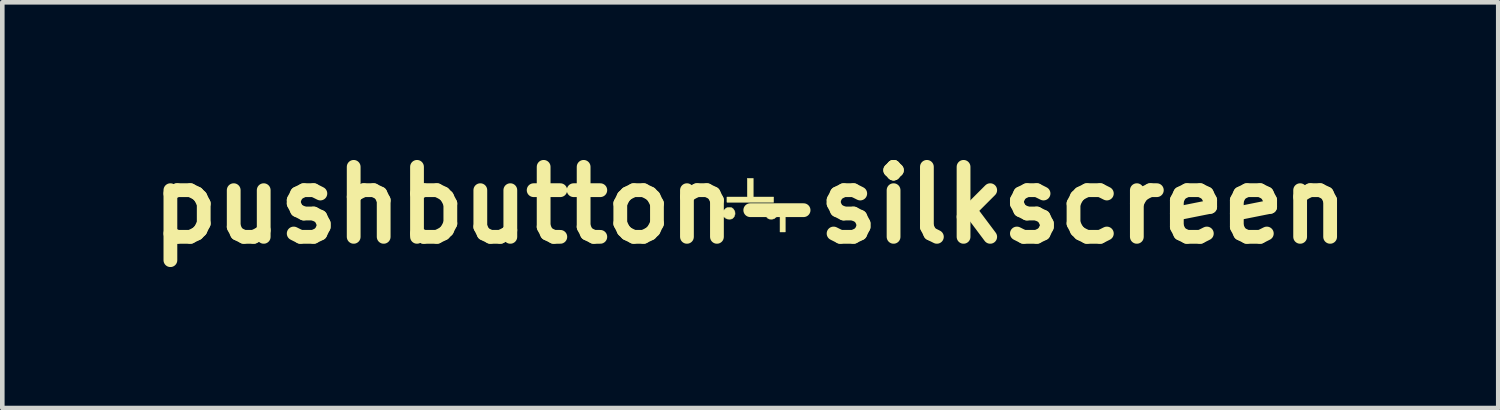
<source format=kicad_pcb>
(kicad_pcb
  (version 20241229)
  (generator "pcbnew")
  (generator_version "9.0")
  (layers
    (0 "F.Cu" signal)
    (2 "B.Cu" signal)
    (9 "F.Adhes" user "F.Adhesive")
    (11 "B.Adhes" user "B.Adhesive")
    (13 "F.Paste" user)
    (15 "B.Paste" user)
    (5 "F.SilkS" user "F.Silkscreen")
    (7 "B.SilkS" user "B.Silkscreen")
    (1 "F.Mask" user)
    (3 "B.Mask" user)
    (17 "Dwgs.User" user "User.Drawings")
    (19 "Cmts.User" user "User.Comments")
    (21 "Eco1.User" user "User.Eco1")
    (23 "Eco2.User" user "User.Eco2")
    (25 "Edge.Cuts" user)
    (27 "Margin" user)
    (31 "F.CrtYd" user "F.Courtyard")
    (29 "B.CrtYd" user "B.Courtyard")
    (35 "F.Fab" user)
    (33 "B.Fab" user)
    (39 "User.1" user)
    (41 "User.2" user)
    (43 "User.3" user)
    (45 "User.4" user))
  (footprint "pushbutton-silkscreen"
    (layer "F.Cu")
    (at 13.288 1.418)
    (property "Reference" "pushbutton-silkscreen" (at 0 0 0) (layer "F.SilkS") (effects (font (size 1.524 1.524) (thickness 0.3))))
    (attr through_hole)
    (fp_poly (pts (xy 0.064 -0.178) (xy 0.508 -0.178) (xy 0.508 -0.064) (xy -0.508 -0.064) (xy -0.508 -0.178) (xy -0.064 -0.178) (xy -0.064 -0.584) (xy 0.064 -0.584) (xy 0.064 -0.178)) (stroke (width 0.01) (type solid)) (fill yes) (layer "F.SilkS"))
    (fp_poly (pts (xy -0.416 0.053) (xy -0.39 0.064) (xy -0.365 0.087) (xy -0.363 0.09) (xy -0.335 0.141) (xy -0.331 0.195) (xy -0.35 0.248) (xy -0.363 0.266) (xy -0.388 0.291) (xy -0.415 0.302) (xy -0.455 0.305) (xy -0.456 0.305) (xy -0.499 0.301) (xy -0.529 0.289) (xy -0.546 0.273) (xy -0.582 0.248) (xy -0.612 0.241) (xy -0.648 0.241) (xy -0.648 0.584) (xy -0.762 0.584) (xy -0.762 0.127) (xy -0.672 0.127) (xy -0.624 0.126) (xy -0.594 0.122) (xy -0.574 0.113) (xy -0.556 0.095) (xy -0.551 0.089) (xy -0.526 0.065) (xy -0.5 0.054) (xy -0.46 0.051) (xy -0.457 0.051) (xy -0.416 0.053)) (stroke (width 0.01) (type solid)) (fill yes) (layer "F.SilkS"))
    (fp_poly (pts (xy 0.498 0.053) (xy 0.525 0.064) (xy 0.549 0.087) (xy 0.551 0.089) (xy 0.569 0.109) (xy 0.588 0.12) (xy 0.615 0.126) (xy 0.658 0.127) (xy 0.672 0.127) (xy 0.762 0.127) (xy 0.762 0.584) (xy 0.648 0.584) (xy 0.648 0.241) (xy 0.612 0.241) (xy 0.573 0.252) (xy 0.546 0.273) (xy 0.52 0.294) (xy 0.487 0.303) (xy 0.456 0.305) (xy 0.416 0.302) (xy 0.389 0.291) (xy 0.364 0.267) (xy 0.363 0.266) (xy 0.336 0.218) (xy 0.33 0.178) (xy 0.341 0.125) (xy 0.363 0.09) (xy 0.388 0.065) (xy 0.414 0.054) (xy 0.453 0.051) (xy 0.457 0.051) (xy 0.498 0.053)) (stroke (width 0.01) (type solid)) (fill yes) (layer "F.SilkS")))
  (gr_rect
    (start -3 -3)
    (end 29.576 5.836)
    (stroke (width 0.1) (type default))
    (fill no)
    (layer "Edge.Cuts")))
</source>
